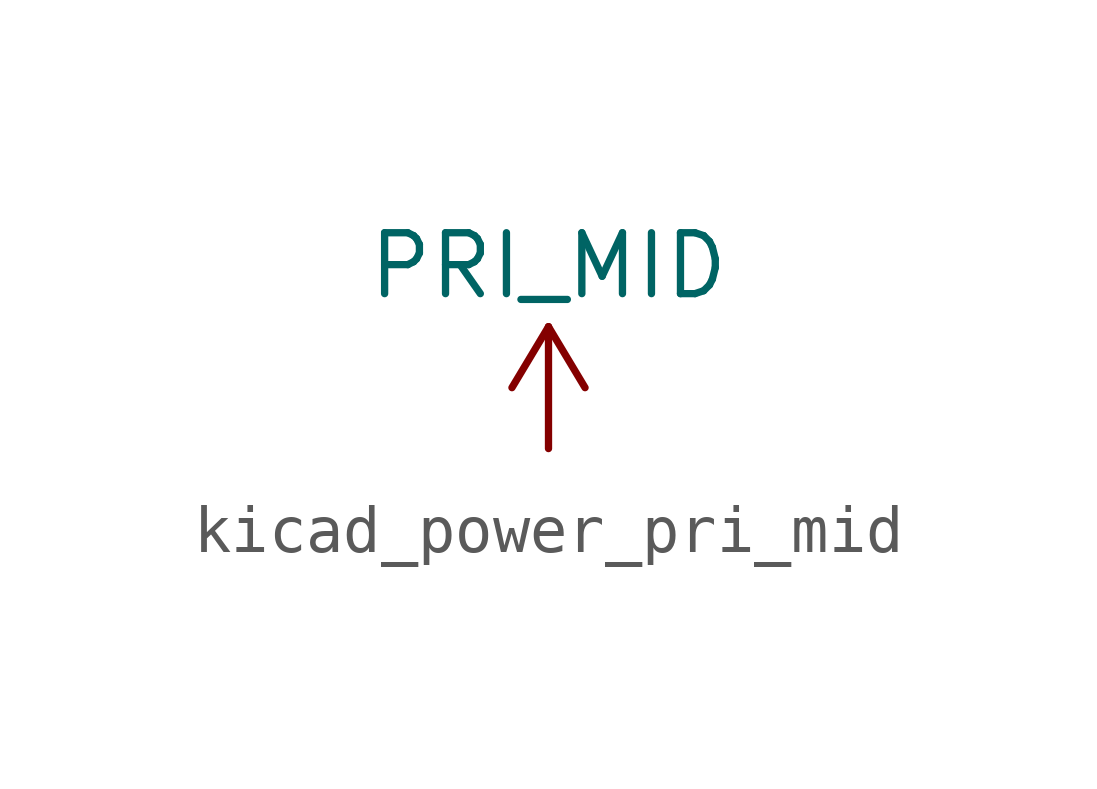
<source format=kicad_sym>
(kicad_symbol_lib
  (version 20220914)
  (generator kicad_symbol_editor)
  (symbol "kicad_power_pri_mid"
    (power)
    (pin_names
      (offset 0))
    (property "Reference" "#PWR"
      (at 0 -3.81 0)
      (effects (font (size 1.27 1.27)) hide))
    (property "Value" "PRI_MID"
      (at 0 3.81 0)
      (effects (font (size 1.27 1.27))))
    (symbol "kicad_power_pri_mid_0_1"
      (polyline (pts (xy -0.762 1.27) (xy 0 2.54)) (stroke (width 0) (type default)) (fill (type none)))
      (polyline (pts (xy 0 0) (xy 0 2.54)) (stroke (width 0) (type default)) (fill (type none)))
      (polyline (pts (xy 0 2.54) (xy 0.762 1.27)) (stroke (width 0) (type default)) (fill (type none))))
    (symbol "kicad_power_pri_mid_1_1"
      (pin power_in line (at 0 0 90) (length 0) hide (name "PRI_MID" (effects (font (size 1.27 1.27)))) (number "1" (effects (font (size 1.27 1.27))))))))
</source>
